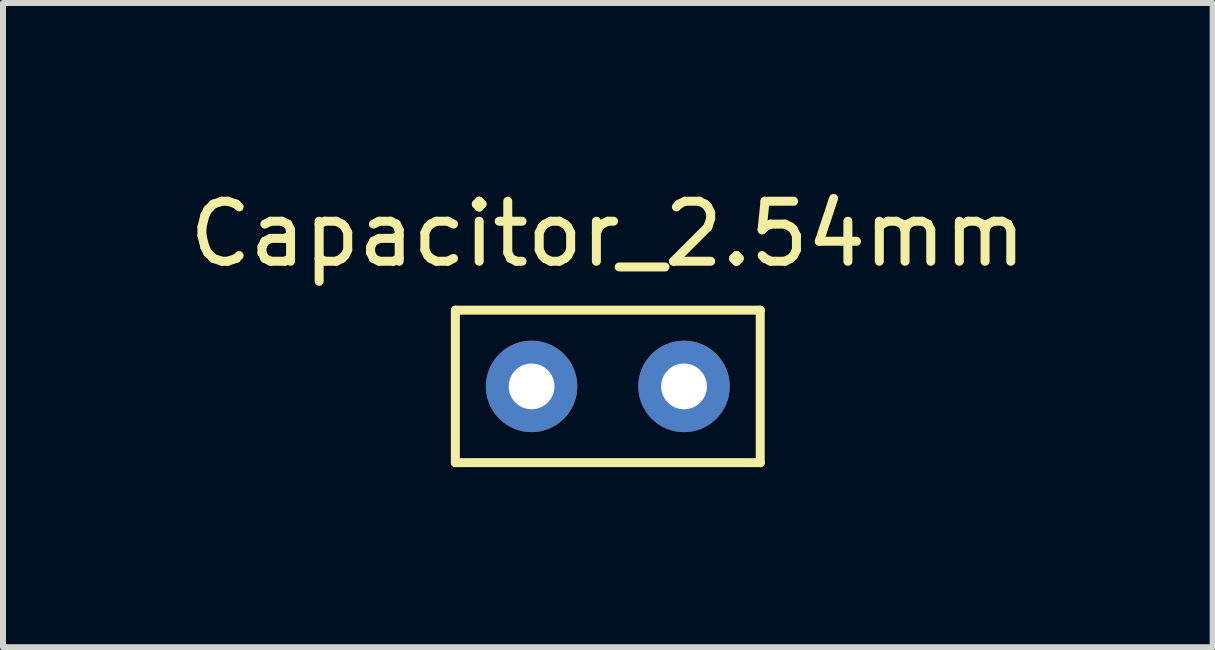
<source format=kicad_pcb>
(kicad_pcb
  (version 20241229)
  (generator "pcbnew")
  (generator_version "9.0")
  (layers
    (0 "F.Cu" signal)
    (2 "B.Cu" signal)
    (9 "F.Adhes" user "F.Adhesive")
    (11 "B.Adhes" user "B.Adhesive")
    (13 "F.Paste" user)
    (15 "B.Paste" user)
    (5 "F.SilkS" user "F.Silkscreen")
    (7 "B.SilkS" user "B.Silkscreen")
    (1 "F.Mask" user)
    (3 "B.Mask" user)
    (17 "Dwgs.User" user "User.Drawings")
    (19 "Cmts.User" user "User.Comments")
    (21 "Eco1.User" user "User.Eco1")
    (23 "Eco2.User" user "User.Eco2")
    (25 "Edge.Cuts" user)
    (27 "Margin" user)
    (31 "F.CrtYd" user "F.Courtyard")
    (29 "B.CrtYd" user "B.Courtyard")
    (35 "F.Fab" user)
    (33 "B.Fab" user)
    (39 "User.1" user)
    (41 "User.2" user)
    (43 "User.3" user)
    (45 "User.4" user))
  (footprint "Capacitor_2.54mm"
    (layer "F.Cu")
    (at 7.077 3.388)
    (property "Reference" "Capacitor_2.54mm" (at 0 -2.54 0) (layer "F.SilkS") (effects (font (size 1 1) (thickness 0.15))))
    (attr through_hole)
    (fp_line (start -2.54 -1.27) (end -2.54 1.27) (stroke (width 0.15) (type solid)) (layer "F.SilkS"))
    (fp_line (start -2.54 1.27) (end 2.54 1.27) (stroke (width 0.15) (type solid)) (layer "F.SilkS"))
    (fp_line (start 2.54 -1.27) (end -2.54 -1.27) (stroke (width 0.15) (type solid)) (layer "F.SilkS"))
    (fp_line (start 2.54 1.27) (end 2.54 -1.27) (stroke (width 0.15) (type solid)) (layer "F.SilkS"))
    (pad "1" thru_hole circle (at -1.27 0) (size 1.524 1.524) (drill 0.762) (layers "*.Cu" "*.Mask"))
    (pad "2" thru_hole circle (at 1.27 0) (size 1.524 1.524) (drill 0.762) (layers "*.Cu" "*.Mask")))
  (gr_rect
    (start -3 -3)
    (end 17.155 7.733)
    (stroke (width 0.1) (type default))
    (fill no)
    (layer "Edge.Cuts")))
</source>
